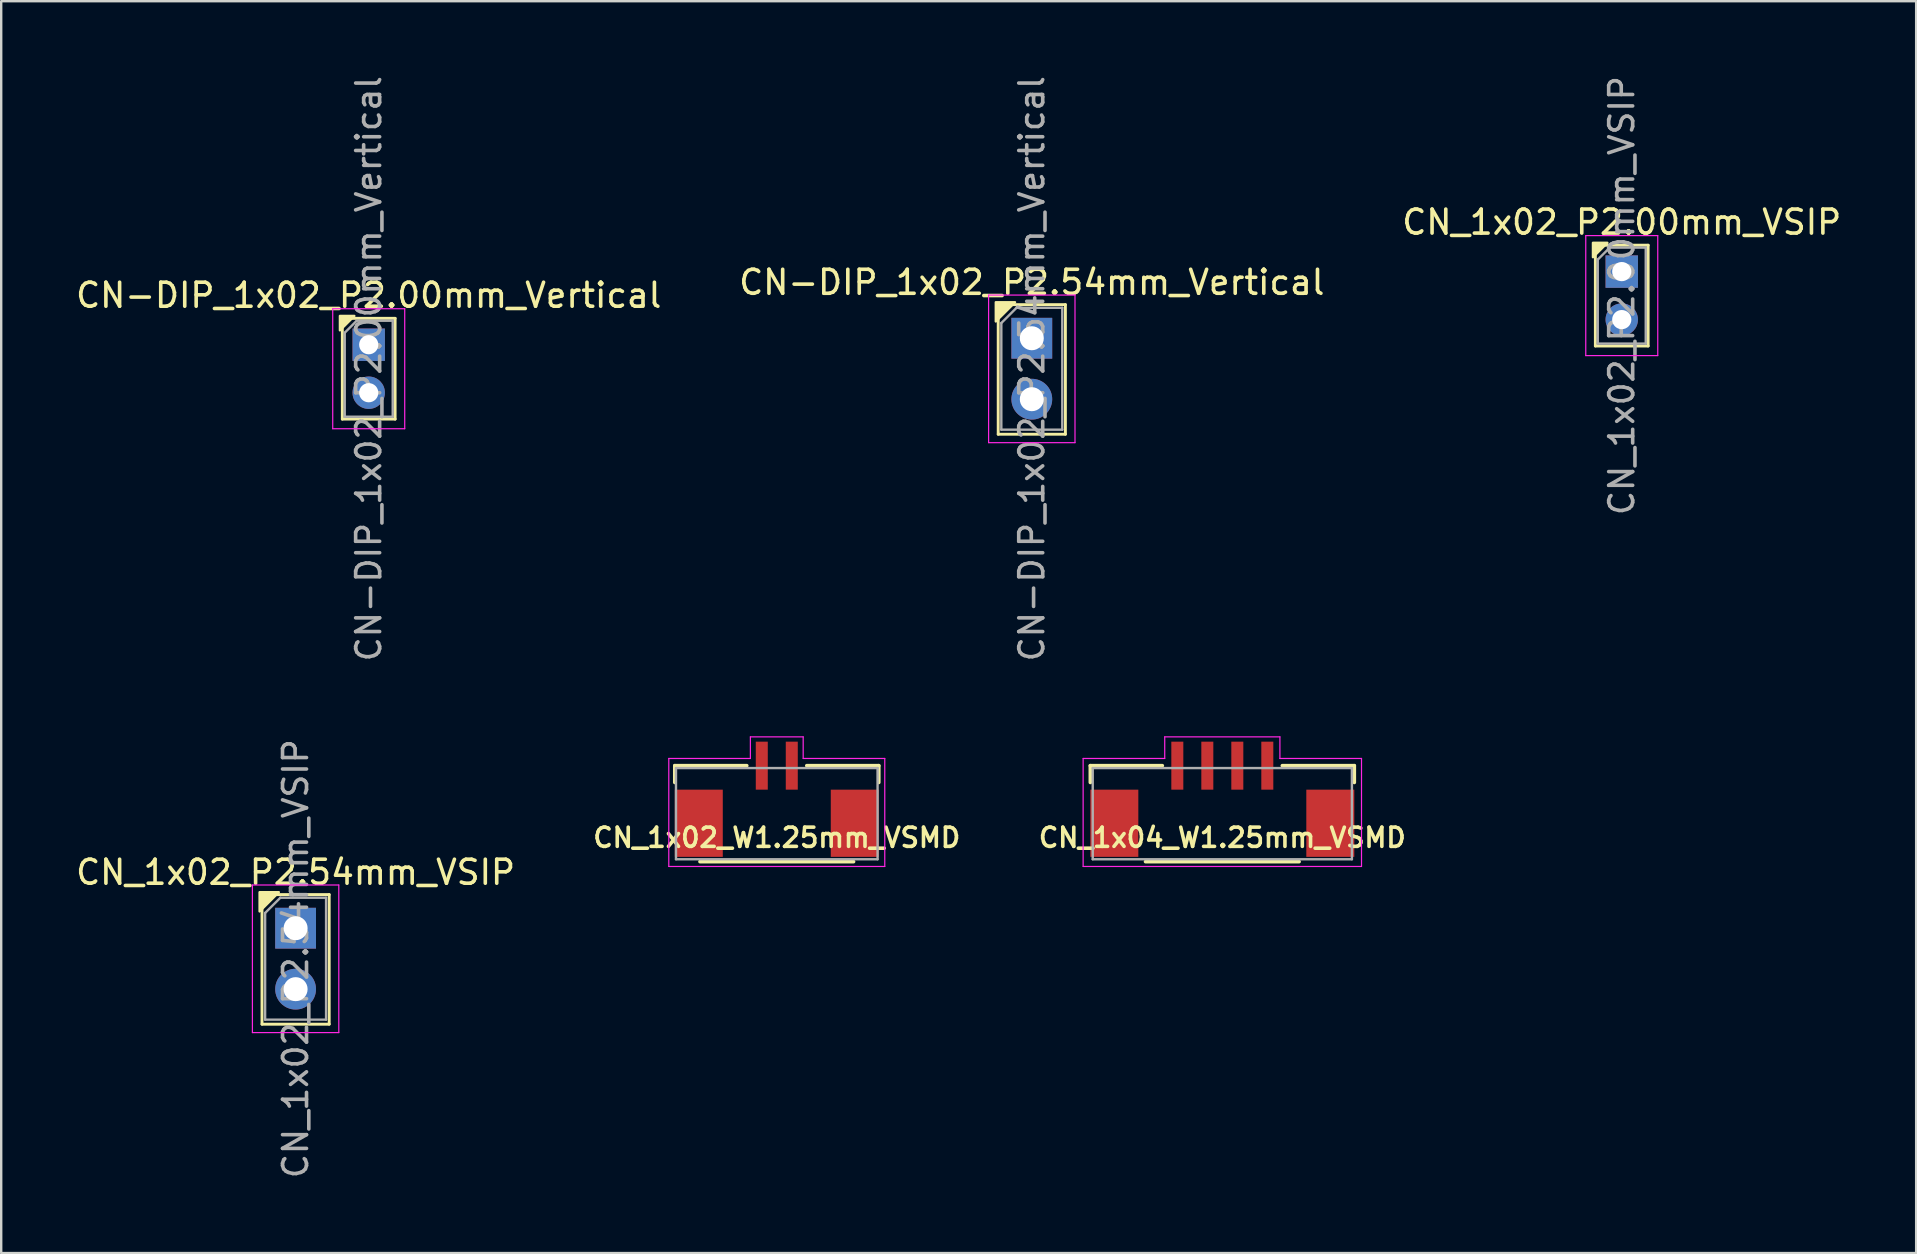
<source format=kicad_pcb>
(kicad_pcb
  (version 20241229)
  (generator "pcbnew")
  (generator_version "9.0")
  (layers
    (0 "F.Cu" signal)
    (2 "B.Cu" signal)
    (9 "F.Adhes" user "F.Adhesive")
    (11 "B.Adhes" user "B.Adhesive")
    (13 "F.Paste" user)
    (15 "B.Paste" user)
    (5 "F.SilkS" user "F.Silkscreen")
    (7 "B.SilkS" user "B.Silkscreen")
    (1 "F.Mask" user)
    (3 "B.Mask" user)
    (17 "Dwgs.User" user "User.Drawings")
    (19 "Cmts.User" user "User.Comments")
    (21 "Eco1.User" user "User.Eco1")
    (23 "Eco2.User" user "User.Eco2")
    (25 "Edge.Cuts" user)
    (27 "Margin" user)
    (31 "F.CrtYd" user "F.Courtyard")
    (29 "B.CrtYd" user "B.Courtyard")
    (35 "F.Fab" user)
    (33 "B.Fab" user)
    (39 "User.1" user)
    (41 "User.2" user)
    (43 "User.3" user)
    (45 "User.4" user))
  (footprint "CN-DIP_1x02_P2.54mm_Vertical"
    (layer "F.Cu")
    (at 39.946 11.045)
    (property "Reference" "CN-DIP_1x02_P2.54mm_Vertical" (at 0 -2.33 0) (layer "F.SilkS") (effects (font (size 1 1) (thickness 0.15))))
    (attr through_hole)
    (fp_line (start -1.4 -1.4) (end 1.4 -1.4) (stroke (width 0.12) (type solid)) (layer "F.SilkS"))
    (fp_line (start -1.4 4) (end -1.4 -1.4) (stroke (width 0.12) (type solid)) (layer "F.SilkS"))
    (fp_line (start -1.4 4) (end 1.4 4) (stroke (width 0.12) (type solid)) (layer "F.SilkS"))
    (fp_line (start 1.4 -1.4) (end 1.4 4) (stroke (width 0.12) (type solid)) (layer "F.SilkS"))
    (fp_poly (pts (xy -1.5 -1.5) (xy -0.7 -1.5) (xy -1.5 -0.7)) (stroke (width 0.1) (type solid)) (fill yes) (layer "F.SilkS"))
    (fp_line (start -1.8 -1.8) (end -1.8 4.35) (stroke (width 0.05) (type solid)) (layer "F.CrtYd"))
    (fp_line (start -1.8 4.35) (end 1.8 4.35) (stroke (width 0.05) (type solid)) (layer "F.CrtYd"))
    (fp_line (start 1.8 -1.8) (end -1.8 -1.8) (stroke (width 0.05) (type solid)) (layer "F.CrtYd"))
    (fp_line (start 1.8 4.35) (end 1.8 -1.8) (stroke (width 0.05) (type solid)) (layer "F.CrtYd"))
    (fp_line (start -1.27 -0.635) (end -0.635 -1.27) (stroke (width 0.1) (type solid)) (layer "F.Fab"))
    (fp_line (start -1.27 3.81) (end -1.27 -0.635) (stroke (width 0.1) (type solid)) (layer "F.Fab"))
    (fp_line (start -0.635 -1.27) (end 1.27 -1.27) (stroke (width 0.1) (type solid)) (layer "F.Fab"))
    (fp_line (start 1.27 -1.27) (end 1.27 3.81) (stroke (width 0.1) (type solid)) (layer "F.Fab"))
    (fp_line (start 1.27 3.81) (end -1.27 3.81) (stroke (width 0.1) (type solid)) (layer "F.Fab"))
    (fp_text user "${REFERENCE}" (at 0 1.27 90) (layer "F.Fab") (effects (font (size 1 1) (thickness 0.15))))
    (pad "1" thru_hole rect (at 0 0) (size 1.7 1.7) (drill 1) (layers "*.Cu" "*.Mask"))
    (pad "2" thru_hole oval (at 0 2.54) (size 1.7 1.7) (drill 1) (layers "*.Cu" "*.Mask")))
  (footprint "CN_1x04_W1.25mm_VSMD"
    (layer "F.Cu")
    (at 47.885 32.856)
    (property "Reference" "CN_1x04_W1.25mm_VSMD" (at 0 -1 0) (layer "F.SilkS") (effects (font (size 0.8 0.8) (thickness 0.15))))
    (attr through_hole)
    (fp_line (start -5.5 -4) (end -2.5 -4) (stroke (width 0.15) (type solid)) (layer "F.SilkS"))
    (fp_line (start -5.5 -3.3) (end -5.5 -4) (stroke (width 0.15) (type solid)) (layer "F.SilkS"))
    (fp_line (start 3.2 0) (end -3.2 0) (stroke (width 0.15) (type solid)) (layer "F.SilkS"))
    (fp_line (start 5.5 -4) (end 2.5 -4) (stroke (width 0.15) (type solid)) (layer "F.SilkS"))
    (fp_line (start 5.5 -4) (end 5.5 -3.3) (stroke (width 0.15) (type solid)) (layer "F.SilkS"))
    (fp_line (start -5.8 -4.3) (end -2.4 -4.3) (stroke (width 0.05) (type solid)) (layer "F.CrtYd"))
    (fp_line (start -5.8 0.2) (end -5.8 -4.3) (stroke (width 0.05) (type solid)) (layer "F.CrtYd"))
    (fp_line (start -2.4 -5.2) (end 2.4 -5.2) (stroke (width 0.05) (type solid)) (layer "F.CrtYd"))
    (fp_line (start -2.4 -4.3) (end -2.4 -5.2) (stroke (width 0.05) (type solid)) (layer "F.CrtYd"))
    (fp_line (start 2.4 -5.2) (end 2.4 -4.3) (stroke (width 0.05) (type solid)) (layer "F.CrtYd"))
    (fp_line (start 2.4 -4.3) (end 5.8 -4.3) (stroke (width 0.05) (type solid)) (layer "F.CrtYd"))
    (fp_line (start 5.8 -4.3) (end 5.8 0.2) (stroke (width 0.05) (type solid)) (layer "F.CrtYd"))
    (fp_line (start 5.8 0.2) (end -5.8 0.2) (stroke (width 0.05) (type solid)) (layer "F.CrtYd"))
    (fp_line (start -5.4 -3.9) (end -5.4 -0.1) (stroke (width 0.1) (type solid)) (layer "F.Fab"))
    (fp_line (start -5.4 -0.1) (end 5.4 -0.1) (stroke (width 0.1) (type solid)) (layer "F.Fab"))
    (fp_line (start 5.4 -3.9) (end -5.4 -3.9) (stroke (width 0.1) (type solid)) (layer "F.Fab"))
    (fp_line (start 5.4 -0.1) (end 5.4 -3.9) (stroke (width 0.1) (type solid)) (layer "F.Fab"))
    (pad "1" smd rect (at -1.875 -4) (size 0.5 2) (layers "F.Cu" "F.Mask" "F.Paste"))
    (pad "2" smd rect (at -0.625 -4) (size 0.5 2) (layers "F.Cu" "F.Mask" "F.Paste"))
    (pad "3" smd rect (at 0.625 -4) (size 0.5 2) (layers "F.Cu" "F.Mask" "F.Paste"))
    (pad "4" smd rect (at 1.875 -4) (size 0.5 2) (layers "F.Cu" "F.Mask" "F.Paste"))
    (pad "SH" smd rect (at -4.5 -1.6) (size 2 2.8) (layers "F.Cu" "F.Mask" "F.Paste"))
    (pad "SH" smd rect (at 4.5 -1.6) (size 2 2.8) (layers "F.Cu" "F.Mask" "F.Paste")))
  (footprint "CN_1x02_P2.00mm_VSIP"
    (layer "F.Cu")
    (at 64.53 8.268)
    (property "Reference" "CN_1x02_P2.00mm_VSIP" (at 0 -2.06 0) (layer "F.SilkS") (effects (font (size 1 1) (thickness 0.15))))
    (attr through_hole)
    (fp_line (start -1.1 -1.1) (end -1.1 3.1) (stroke (width 0.12) (type solid)) (layer "F.SilkS"))
    (fp_line (start -1.1 -1.1) (end 1.1 -1.1) (stroke (width 0.12) (type solid)) (layer "F.SilkS"))
    (fp_line (start -1.1 3.1) (end 1.1 3.1) (stroke (width 0.12) (type solid)) (layer "F.SilkS"))
    (fp_line (start 1.1 -1.1) (end 1.1 3.1) (stroke (width 0.12) (type solid)) (layer "F.SilkS"))
    (fp_poly (pts (xy -1.2 -1.2) (xy -0.6 -1.2) (xy -1.2 -0.6)) (stroke (width 0.1) (type solid)) (fill yes) (layer "F.SilkS"))
    (fp_line (start -1.5 -1.5) (end -1.5 3.5) (stroke (width 0.05) (type solid)) (layer "F.CrtYd"))
    (fp_line (start -1.5 3.5) (end 1.5 3.5) (stroke (width 0.05) (type solid)) (layer "F.CrtYd"))
    (fp_line (start 1.5 -1.5) (end -1.5 -1.5) (stroke (width 0.05) (type solid)) (layer "F.CrtYd"))
    (fp_line (start 1.5 3.5) (end 1.5 -1.5) (stroke (width 0.05) (type solid)) (layer "F.CrtYd"))
    (fp_line (start -1 -0.5) (end -0.5 -1) (stroke (width 0.1) (type solid)) (layer "F.Fab"))
    (fp_line (start -1 3) (end -1 -0.5) (stroke (width 0.1) (type solid)) (layer "F.Fab"))
    (fp_line (start -0.5 -1) (end 1 -1) (stroke (width 0.1) (type solid)) (layer "F.Fab"))
    (fp_line (start 1 -1) (end 1 3) (stroke (width 0.1) (type solid)) (layer "F.Fab"))
    (fp_line (start 1 3) (end -1 3) (stroke (width 0.1) (type solid)) (layer "F.Fab"))
    (fp_text user "${REFERENCE}" (at 0 1 90) (layer "F.Fab") (effects (font (size 1 1) (thickness 0.15))))
    (pad "1" thru_hole rect (at 0 0) (size 1.35 1.35) (drill 0.8) (layers "*.Cu" "*.Mask"))
    (pad "2" thru_hole oval (at 0 2) (size 1.35 1.35) (drill 0.8) (layers "*.Cu" "*.Mask")))
  (footprint "CN-DIP_1x02_P2.00mm_Vertical"
    (layer "F.Cu")
    (at 12.315 11.315)
    (property "Reference" "CN-DIP_1x02_P2.00mm_Vertical" (at 0 -2.06 0) (layer "F.SilkS") (effects (font (size 1 1) (thickness 0.15))))
    (attr through_hole)
    (fp_line (start -1.1 -1.1) (end -1.1 3.1) (stroke (width 0.12) (type solid)) (layer "F.SilkS"))
    (fp_line (start -1.1 -1.1) (end 1.1 -1.1) (stroke (width 0.12) (type solid)) (layer "F.SilkS"))
    (fp_line (start -1.1 3.1) (end 1.1 3.1) (stroke (width 0.12) (type solid)) (layer "F.SilkS"))
    (fp_line (start 1.1 -1.1) (end 1.1 3.1) (stroke (width 0.12) (type solid)) (layer "F.SilkS"))
    (fp_poly (pts (xy -1.2 -1.2) (xy -0.6 -1.2) (xy -1.2 -0.6)) (stroke (width 0.1) (type solid)) (fill yes) (layer "F.SilkS"))
    (fp_line (start -1.5 -1.5) (end -1.5 3.5) (stroke (width 0.05) (type solid)) (layer "F.CrtYd"))
    (fp_line (start -1.5 3.5) (end 1.5 3.5) (stroke (width 0.05) (type solid)) (layer "F.CrtYd"))
    (fp_line (start 1.5 -1.5) (end -1.5 -1.5) (stroke (width 0.05) (type solid)) (layer "F.CrtYd"))
    (fp_line (start 1.5 3.5) (end 1.5 -1.5) (stroke (width 0.05) (type solid)) (layer "F.CrtYd"))
    (fp_line (start -1 -0.5) (end -0.5 -1) (stroke (width 0.1) (type solid)) (layer "F.Fab"))
    (fp_line (start -1 3) (end -1 -0.5) (stroke (width 0.1) (type solid)) (layer "F.Fab"))
    (fp_line (start -0.5 -1) (end 1 -1) (stroke (width 0.1) (type solid)) (layer "F.Fab"))
    (fp_line (start 1 -1) (end 1 3) (stroke (width 0.1) (type solid)) (layer "F.Fab"))
    (fp_line (start 1 3) (end -1 3) (stroke (width 0.1) (type solid)) (layer "F.Fab"))
    (fp_text user "${REFERENCE}" (at 0 1 90) (layer "F.Fab") (effects (font (size 1 1) (thickness 0.15))))
    (pad "1" thru_hole rect (at 0 0) (size 1.35 1.35) (drill 0.8) (layers "*.Cu" "*.Mask"))
    (pad "2" thru_hole oval (at 0 2) (size 1.35 1.35) (drill 0.8) (layers "*.Cu" "*.Mask")))
  (footprint "CN_1x02_P2.54mm_VSIP"
    (layer "F.Cu")
    (at 9.268 35.629)
    (property "Reference" "CN_1x02_P2.54mm_VSIP" (at 0 -2.33 0) (layer "F.SilkS") (effects (font (size 1 1) (thickness 0.15))))
    (attr through_hole)
    (fp_line (start -1.4 -1.4) (end 1.4 -1.4) (stroke (width 0.12) (type solid)) (layer "F.SilkS"))
    (fp_line (start -1.4 4) (end -1.4 -1.4) (stroke (width 0.12) (type solid)) (layer "F.SilkS"))
    (fp_line (start -1.4 4) (end 1.4 4) (stroke (width 0.12) (type solid)) (layer "F.SilkS"))
    (fp_line (start 1.4 -1.4) (end 1.4 4) (stroke (width 0.12) (type solid)) (layer "F.SilkS"))
    (fp_poly (pts (xy -1.5 -1.5) (xy -0.7 -1.5) (xy -1.5 -0.7)) (stroke (width 0.1) (type solid)) (fill yes) (layer "F.SilkS"))
    (fp_line (start -1.8 -1.8) (end -1.8 4.35) (stroke (width 0.05) (type solid)) (layer "F.CrtYd"))
    (fp_line (start -1.8 4.35) (end 1.8 4.35) (stroke (width 0.05) (type solid)) (layer "F.CrtYd"))
    (fp_line (start 1.8 -1.8) (end -1.8 -1.8) (stroke (width 0.05) (type solid)) (layer "F.CrtYd"))
    (fp_line (start 1.8 4.35) (end 1.8 -1.8) (stroke (width 0.05) (type solid)) (layer "F.CrtYd"))
    (fp_line (start -1.27 -0.635) (end -0.635 -1.27) (stroke (width 0.1) (type solid)) (layer "F.Fab"))
    (fp_line (start -1.27 3.81) (end -1.27 -0.635) (stroke (width 0.1) (type solid)) (layer "F.Fab"))
    (fp_line (start -0.635 -1.27) (end 1.27 -1.27) (stroke (width 0.1) (type solid)) (layer "F.Fab"))
    (fp_line (start 1.27 -1.27) (end 1.27 3.81) (stroke (width 0.1) (type solid)) (layer "F.Fab"))
    (fp_line (start 1.27 3.81) (end -1.27 3.81) (stroke (width 0.1) (type solid)) (layer "F.Fab"))
    (fp_text user "${REFERENCE}" (at 0 1.27 90) (layer "F.Fab") (effects (font (size 1 1) (thickness 0.15))))
    (pad "1" thru_hole rect (at 0 0) (size 1.7 1.7) (drill 1) (layers "*.Cu" "*.Mask"))
    (pad "2" thru_hole oval (at 0 2.54) (size 1.7 1.7) (drill 1) (layers "*.Cu" "*.Mask")))
  (footprint "CN_1x02_W1.25mm_VSMD"
    (layer "F.Cu")
    (at 29.319 32.856)
    (property "Reference" "CN_1x02_W1.25mm_VSMD" (at 0 -1 0) (layer "F.SilkS") (effects (font (size 0.8 0.8) (thickness 0.15))))
    (attr through_hole)
    (fp_line (start -4.25 -4) (end -1.25 -4) (stroke (width 0.15) (type solid)) (layer "F.SilkS"))
    (fp_line (start -4.25 -3.3) (end -4.25 -4) (stroke (width 0.15) (type solid)) (layer "F.SilkS"))
    (fp_line (start 3.2 0) (end -3.2 0) (stroke (width 0.15) (type solid)) (layer "F.SilkS"))
    (fp_line (start 4.25 -4) (end 1.25 -4) (stroke (width 0.15) (type solid)) (layer "F.SilkS"))
    (fp_line (start 4.25 -4) (end 4.25 -3.3) (stroke (width 0.15) (type solid)) (layer "F.SilkS"))
    (fp_line (start -4.5 -4.3) (end -4.5 0.2) (stroke (width 0.05) (type solid)) (layer "F.CrtYd"))
    (fp_line (start -4.5 -4.3) (end -1.1 -4.3) (stroke (width 0.05) (type solid)) (layer "F.CrtYd"))
    (fp_line (start -4.5 0.2) (end 4.5 0.2) (stroke (width 0.05) (type solid)) (layer "F.CrtYd"))
    (fp_line (start -1.1 -4.3) (end -1.1 -5.2) (stroke (width 0.05) (type solid)) (layer "F.CrtYd"))
    (fp_line (start 1.1 -5.2) (end -1.1 -5.2) (stroke (width 0.05) (type solid)) (layer "F.CrtYd"))
    (fp_line (start 1.1 -5.2) (end 1.1 -4.3) (stroke (width 0.05) (type solid)) (layer "F.CrtYd"))
    (fp_line (start 1.1 -4.3) (end 4.5 -4.3) (stroke (width 0.05) (type solid)) (layer "F.CrtYd"))
    (fp_line (start 4.5 0.2) (end 4.5 -4.3) (stroke (width 0.05) (type solid)) (layer "F.CrtYd"))
    (fp_line (start -4.2 -3.9) (end -4.2 -0.1) (stroke (width 0.1) (type solid)) (layer "F.Fab"))
    (fp_line (start -4.2 -0.1) (end 4.2 -0.1) (stroke (width 0.1) (type solid)) (layer "F.Fab"))
    (fp_line (start 4.2 -3.9) (end -4.2 -3.9) (stroke (width 0.1) (type solid)) (layer "F.Fab"))
    (fp_line (start 4.2 -0.1) (end 4.2 -3.9) (stroke (width 0.1) (type solid)) (layer "F.Fab"))
    (pad "1" smd rect (at -0.625 -4) (size 0.5 2) (layers "F.Cu" "F.Mask" "F.Paste"))
    (pad "2" smd rect (at 0.625 -4) (size 0.5 2) (layers "F.Cu" "F.Mask" "F.Paste"))
    (pad "SH" smd rect (at -3.25 -1.6) (size 2 2.8) (layers "F.Cu" "F.Mask" "F.Paste"))
    (pad "SH" smd rect (at 3.25 -1.6) (size 2 2.8) (layers "F.Cu" "F.Mask" "F.Paste")))
  (gr_rect
    (start -3 -3)
    (end 76.798 49.167)
    (stroke (width 0.1) (type default))
    (fill no)
    (layer "Edge.Cuts")))
</source>
